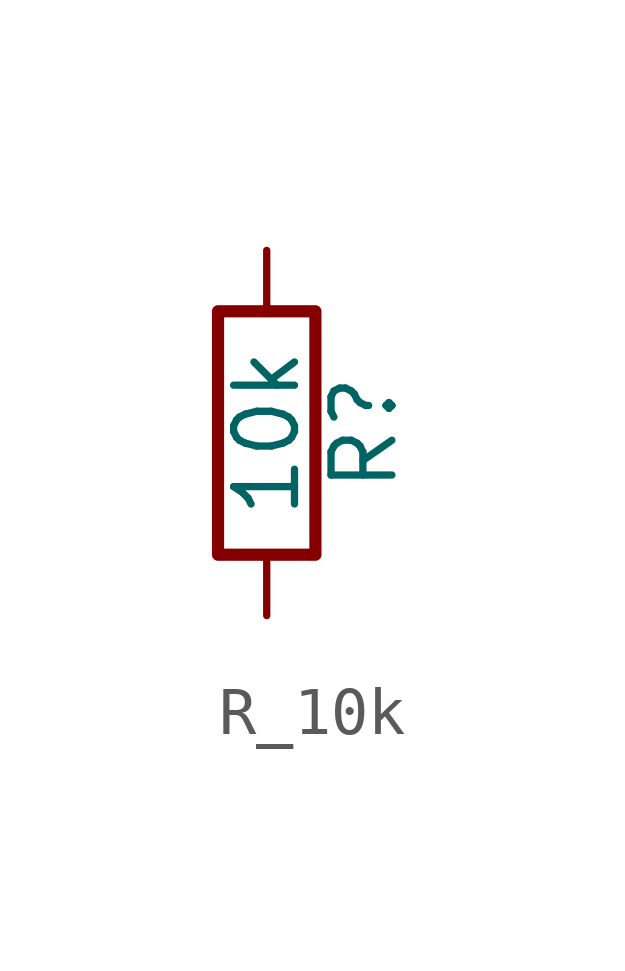
<source format=kicad_sym>
(kicad_symbol_lib
  (version 20231120)
  (generator "kicad_symbol_editor")
  (generator_version "8.0")
  (symbol "R_10k"
    (pin_numbers hide)
    (pin_names
      (offset 0))
    (property "Reference" "R"
      (at 2.032 0 90)
      (effects (font (size 1.27 1.27))))
    (property "Value" "10k"
      (at 0 0 90)
      (effects (font (size 1.27 1.27))))
    (symbol "R_10k_0_1"
      (rectangle (start -1.016 -2.54) (end 1.016 2.54) (stroke (width 0.254) (type default)) (fill (type none))))
    (symbol "R_10k_1_1"
      (pin passive line (at 0 3.81 270) (length 1.27) (name "~" (effects (font (size 1.27 1.27)))) (number "1" (effects (font (size 1.27 1.27)))))
      (pin passive line (at 0 -3.81 90) (length 1.27) (name "~" (effects (font (size 1.27 1.27)))) (number "2" (effects (font (size 1.27 1.27))))))))
</source>
